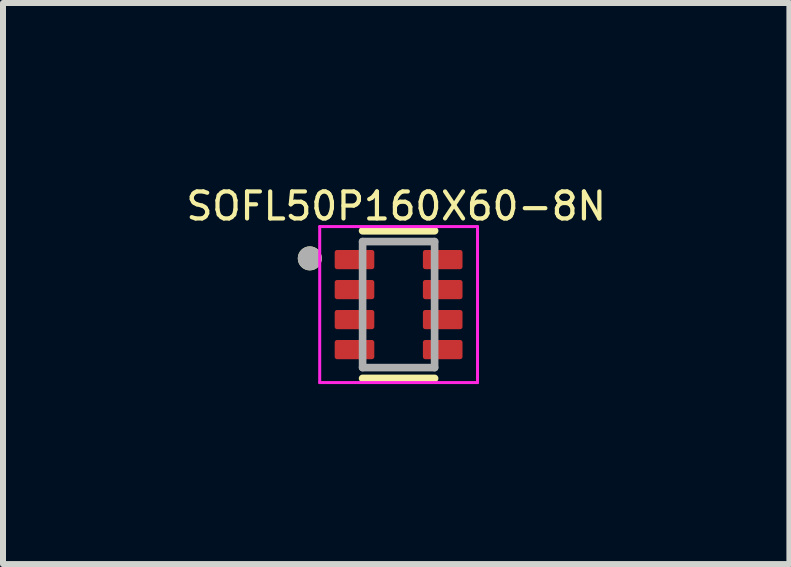
<source format=kicad_pcb>
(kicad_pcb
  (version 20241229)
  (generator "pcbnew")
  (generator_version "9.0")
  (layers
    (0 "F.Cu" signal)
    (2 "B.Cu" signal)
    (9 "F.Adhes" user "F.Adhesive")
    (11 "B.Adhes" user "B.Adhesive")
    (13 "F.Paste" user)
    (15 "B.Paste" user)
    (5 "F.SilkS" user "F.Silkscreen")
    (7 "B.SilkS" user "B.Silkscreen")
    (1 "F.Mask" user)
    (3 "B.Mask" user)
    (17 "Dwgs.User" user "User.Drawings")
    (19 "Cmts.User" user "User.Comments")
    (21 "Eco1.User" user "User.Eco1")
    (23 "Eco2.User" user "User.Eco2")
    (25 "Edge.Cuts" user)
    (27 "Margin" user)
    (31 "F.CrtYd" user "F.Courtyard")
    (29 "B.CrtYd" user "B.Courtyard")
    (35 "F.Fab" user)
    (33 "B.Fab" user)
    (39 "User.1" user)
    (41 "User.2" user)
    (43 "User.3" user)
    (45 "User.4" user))
  (footprint "SOFL50P160X60-8N"
    (layer "F.Cu")
    (at 3.593 2.026)
    (property "Reference" "SOFL50P160X60-8N" (at -0.04 -1.64 0) (layer "F.SilkS") (effects (font (size 0.45 0.45) (thickness 0.07))))
    (attr smd)
    (fp_poly (pts (xy -1.115 -0.96) (xy -0.355 -0.96) (xy -0.355 -0.54) (xy -1.115 -0.54)) (stroke (width 0.01) (type solid)) (fill yes) (layer "F.Mask"))
    (fp_poly (pts (xy -1.115 -0.46) (xy -0.355 -0.46) (xy -0.355 -0.04) (xy -1.115 -0.04)) (stroke (width 0.01) (type solid)) (fill yes) (layer "F.Mask"))
    (fp_poly (pts (xy -1.115 0.04) (xy -0.355 0.04) (xy -0.355 0.46) (xy -1.115 0.46)) (stroke (width 0.01) (type solid)) (fill yes) (layer "F.Mask"))
    (fp_poly (pts (xy -1.115 0.54) (xy -0.355 0.54) (xy -0.355 0.96) (xy -1.115 0.96)) (stroke (width 0.01) (type solid)) (fill yes) (layer "F.Mask"))
    (fp_poly (pts (xy 0.355 -0.96) (xy 1.115 -0.96) (xy 1.115 -0.54) (xy 0.355 -0.54)) (stroke (width 0.01) (type solid)) (fill yes) (layer "F.Mask"))
    (fp_poly (pts (xy 0.355 -0.46) (xy 1.115 -0.46) (xy 1.115 -0.04) (xy 0.355 -0.04)) (stroke (width 0.01) (type solid)) (fill yes) (layer "F.Mask"))
    (fp_poly (pts (xy 0.355 0.04) (xy 1.115 0.04) (xy 1.115 0.46) (xy 0.355 0.46)) (stroke (width 0.01) (type solid)) (fill yes) (layer "F.Mask"))
    (fp_poly (pts (xy 0.355 0.54) (xy 1.115 0.54) (xy 1.115 0.96) (xy 0.355 0.96)) (stroke (width 0.01) (type solid)) (fill yes) (layer "F.Mask"))
    (fp_line (start -0.6 -1.23) (end 0.6 -1.23) (stroke (width 0.127) (type solid)) (layer "F.SilkS"))
    (fp_line (start 0.6 1.23) (end -0.6 1.23) (stroke (width 0.127) (type solid)) (layer "F.SilkS"))
    (fp_circle (center -1.48 -0.77) (end -1.38 -0.77) (stroke (width 0.2) (type solid)) (fill no) (layer "F.SilkS"))
    (fp_line (start -1.315 -1.3) (end 1.315 -1.3) (stroke (width 0.05) (type solid)) (layer "F.CrtYd"))
    (fp_line (start -1.315 1.3) (end -1.315 -1.3) (stroke (width 0.05) (type solid)) (layer "F.CrtYd"))
    (fp_line (start 1.315 -1.3) (end 1.315 1.3) (stroke (width 0.05) (type solid)) (layer "F.CrtYd"))
    (fp_line (start 1.315 1.3) (end -1.315 1.3) (stroke (width 0.05) (type solid)) (layer "F.CrtYd"))
    (fp_line (start -0.6 -1.05) (end 0.6 -1.05) (stroke (width 0.127) (type solid)) (layer "F.Fab"))
    (fp_line (start -0.6 1.05) (end -0.6 -1.05) (stroke (width 0.127) (type solid)) (layer "F.Fab"))
    (fp_line (start 0.6 -1.05) (end 0.6 1.05) (stroke (width 0.127) (type solid)) (layer "F.Fab"))
    (fp_line (start 0.6 1.05) (end -0.6 1.05) (stroke (width 0.127) (type solid)) (layer "F.Fab"))
    (fp_circle (center -1.48 -0.77) (end -1.38 -0.77) (stroke (width 0.2) (type solid)) (fill no) (layer "F.Fab"))
    (pad "1" smd roundrect (at -0.735 -0.75) (size 0.66 0.32) (layers "F.Cu" "F.Paste") (roundrect_rratio 0.125))
    (pad "2" smd roundrect (at -0.735 -0.25) (size 0.66 0.32) (layers "F.Cu" "F.Paste") (roundrect_rratio 0.125))
    (pad "3" smd roundrect (at -0.735 0.25) (size 0.66 0.32) (layers "F.Cu" "F.Paste") (roundrect_rratio 0.125))
    (pad "4" smd roundrect (at -0.735 0.75) (size 0.66 0.32) (layers "F.Cu" "F.Paste") (roundrect_rratio 0.125))
    (pad "5" smd roundrect (at 0.735 0.75) (size 0.66 0.32) (layers "F.Cu" "F.Paste") (roundrect_rratio 0.125))
    (pad "6" smd roundrect (at 0.735 0.25) (size 0.66 0.32) (layers "F.Cu" "F.Paste") (roundrect_rratio 0.125))
    (pad "7" smd roundrect (at 0.735 -0.25) (size 0.66 0.32) (layers "F.Cu" "F.Paste") (roundrect_rratio 0.125))
    (pad "8" smd roundrect (at 0.735 -0.75) (size 0.66 0.32) (layers "F.Cu" "F.Paste") (roundrect_rratio 0.125)))
  (gr_rect
    (start -3 -3)
    (end 10.106 6.351)
    (stroke (width 0.1) (type default))
    (fill no)
    (layer "Edge.Cuts")))
</source>
